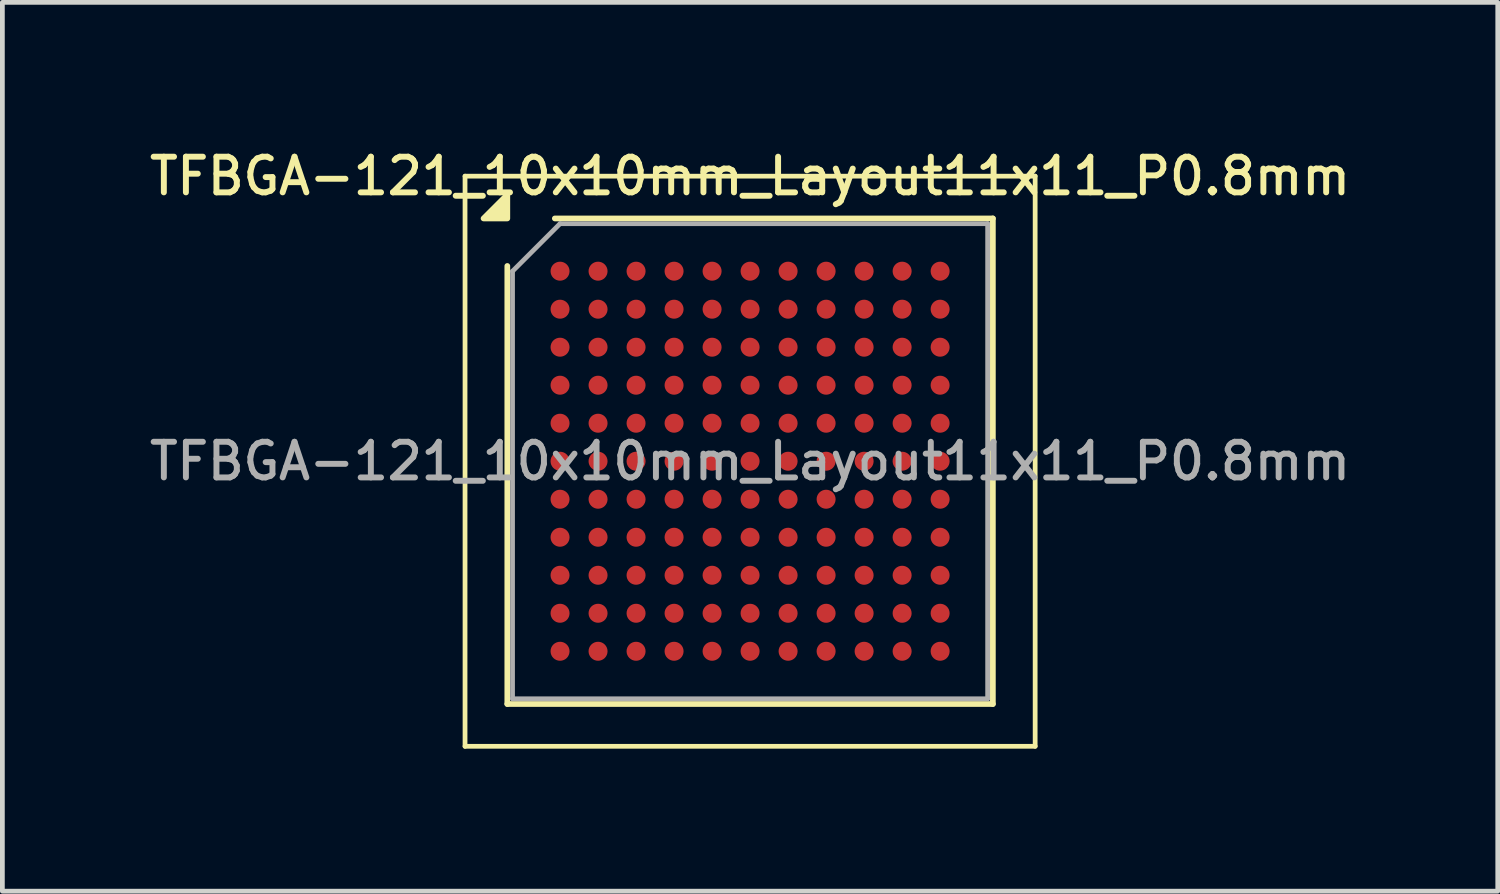
<source format=kicad_pcb>
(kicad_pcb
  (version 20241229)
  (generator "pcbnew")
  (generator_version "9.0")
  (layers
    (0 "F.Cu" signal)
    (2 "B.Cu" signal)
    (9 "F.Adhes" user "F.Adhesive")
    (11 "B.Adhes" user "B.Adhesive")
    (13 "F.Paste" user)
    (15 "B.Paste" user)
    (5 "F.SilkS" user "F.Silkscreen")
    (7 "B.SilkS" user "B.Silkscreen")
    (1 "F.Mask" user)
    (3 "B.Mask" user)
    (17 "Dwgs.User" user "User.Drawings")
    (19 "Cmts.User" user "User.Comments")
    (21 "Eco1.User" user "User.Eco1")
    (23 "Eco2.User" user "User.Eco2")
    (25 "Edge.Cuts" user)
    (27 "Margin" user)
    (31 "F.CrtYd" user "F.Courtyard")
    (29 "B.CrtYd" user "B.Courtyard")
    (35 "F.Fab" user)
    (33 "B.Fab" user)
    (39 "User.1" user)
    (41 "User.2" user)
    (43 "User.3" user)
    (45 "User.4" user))
  (footprint "TFBGA-121_10x10mm_Layout11x11_P0.8mm"
    (layer "F.Cu")
    (at 12.738 6.658)
    (property "Reference" "TFBGA-121_10x10mm_Layout11x11_P0.8mm" (at 0 -6 0) (layer "F.SilkS") (effects (font (size 0.75 0.75) (thickness 0.125))))
    (attr smd)
    (fp_line (start -6 -6) (end -6 6) (stroke (width 0.1) (type solid)) (layer "F.SilkS"))
    (fp_line (start -6 6) (end 6 6) (stroke (width 0.1) (type solid)) (layer "F.SilkS"))
    (fp_line (start -5.11 5.11) (end -5.11 -4.11) (stroke (width 0.12) (type solid)) (layer "F.SilkS"))
    (fp_line (start -4.11 -5.11) (end 5.11 -5.11) (stroke (width 0.12) (type solid)) (layer "F.SilkS"))
    (fp_line (start 5.11 -5.11) (end 5.11 5.11) (stroke (width 0.12) (type solid)) (layer "F.SilkS"))
    (fp_line (start 5.11 5.11) (end -5.11 5.11) (stroke (width 0.12) (type solid)) (layer "F.SilkS"))
    (fp_line (start 6 -6) (end -6 -6) (stroke (width 0.1) (type solid)) (layer "F.SilkS"))
    (fp_line (start 6 6) (end 6 -6) (stroke (width 0.1) (type solid)) (layer "F.SilkS"))
    (fp_poly (pts (xy -5.11 -5.11) (xy -5.61 -5.11) (xy -5.11 -5.61) (xy -5.11 -5.11)) (stroke (width 0.12) (type solid)) (fill yes) (layer "F.SilkS"))
    (fp_line (start -5 -4) (end -4 -5) (stroke (width 0.1) (type solid)) (layer "F.Fab"))
    (fp_line (start -5 5) (end -5 -4) (stroke (width 0.1) (type solid)) (layer "F.Fab"))
    (fp_line (start -4 -5) (end 5 -5) (stroke (width 0.1) (type solid)) (layer "F.Fab"))
    (fp_line (start 5 -5) (end 5 5) (stroke (width 0.1) (type solid)) (layer "F.Fab"))
    (fp_line (start 5 5) (end -5 5) (stroke (width 0.1) (type solid)) (layer "F.Fab"))
    (fp_text user "${REFERENCE}" (at 0 0 0) (layer "F.Fab") (effects (font (size 0.75 0.75) (thickness 0.125))))
    (pad "A1" smd circle (at -4 -4) (size 0.4 0.4) (property pad_prop_bga) (layers "F.Cu" "F.Mask" "F.Paste"))
    (pad "A2" smd circle (at -3.2 -4) (size 0.4 0.4) (property pad_prop_bga) (layers "F.Cu" "F.Mask" "F.Paste"))
    (pad "A3" smd circle (at -2.4 -4) (size 0.4 0.4) (property pad_prop_bga) (layers "F.Cu" "F.Mask" "F.Paste"))
    (pad "A4" smd circle (at -1.6 -4) (size 0.4 0.4) (property pad_prop_bga) (layers "F.Cu" "F.Mask" "F.Paste"))
    (pad "A5" smd circle (at -0.8 -4) (size 0.4 0.4) (property pad_prop_bga) (layers "F.Cu" "F.Mask" "F.Paste"))
    (pad "A6" smd circle (at 0 -4) (size 0.4 0.4) (property pad_prop_bga) (layers "F.Cu" "F.Mask" "F.Paste"))
    (pad "A7" smd circle (at 0.8 -4) (size 0.4 0.4) (property pad_prop_bga) (layers "F.Cu" "F.Mask" "F.Paste"))
    (pad "A8" smd circle (at 1.6 -4) (size 0.4 0.4) (property pad_prop_bga) (layers "F.Cu" "F.Mask" "F.Paste"))
    (pad "A9" smd circle (at 2.4 -4) (size 0.4 0.4) (property pad_prop_bga) (layers "F.Cu" "F.Mask" "F.Paste"))
    (pad "A10" smd circle (at 3.2 -4) (size 0.4 0.4) (property pad_prop_bga) (layers "F.Cu" "F.Mask" "F.Paste"))
    (pad "A11" smd circle (at 4 -4) (size 0.4 0.4) (property pad_prop_bga) (layers "F.Cu" "F.Mask" "F.Paste"))
    (pad "B1" smd circle (at -4 -3.2) (size 0.4 0.4) (property pad_prop_bga) (layers "F.Cu" "F.Mask" "F.Paste"))
    (pad "B2" smd circle (at -3.2 -3.2) (size 0.4 0.4) (property pad_prop_bga) (layers "F.Cu" "F.Mask" "F.Paste"))
    (pad "B3" smd circle (at -2.4 -3.2) (size 0.4 0.4) (property pad_prop_bga) (layers "F.Cu" "F.Mask" "F.Paste"))
    (pad "B4" smd circle (at -1.6 -3.2) (size 0.4 0.4) (property pad_prop_bga) (layers "F.Cu" "F.Mask" "F.Paste"))
    (pad "B5" smd circle (at -0.8 -3.2) (size 0.4 0.4) (property pad_prop_bga) (layers "F.Cu" "F.Mask" "F.Paste"))
    (pad "B6" smd circle (at 0 -3.2) (size 0.4 0.4) (property pad_prop_bga) (layers "F.Cu" "F.Mask" "F.Paste"))
    (pad "B7" smd circle (at 0.8 -3.2) (size 0.4 0.4) (property pad_prop_bga) (layers "F.Cu" "F.Mask" "F.Paste"))
    (pad "B8" smd circle (at 1.6 -3.2) (size 0.4 0.4) (property pad_prop_bga) (layers "F.Cu" "F.Mask" "F.Paste"))
    (pad "B9" smd circle (at 2.4 -3.2) (size 0.4 0.4) (property pad_prop_bga) (layers "F.Cu" "F.Mask" "F.Paste"))
    (pad "B10" smd circle (at 3.2 -3.2) (size 0.4 0.4) (property pad_prop_bga) (layers "F.Cu" "F.Mask" "F.Paste"))
    (pad "B11" smd circle (at 4 -3.2) (size 0.4 0.4) (property pad_prop_bga) (layers "F.Cu" "F.Mask" "F.Paste"))
    (pad "C1" smd circle (at -4 -2.4) (size 0.4 0.4) (property pad_prop_bga) (layers "F.Cu" "F.Mask" "F.Paste"))
    (pad "C2" smd circle (at -3.2 -2.4) (size 0.4 0.4) (property pad_prop_bga) (layers "F.Cu" "F.Mask" "F.Paste"))
    (pad "C3" smd circle (at -2.4 -2.4) (size 0.4 0.4) (property pad_prop_bga) (layers "F.Cu" "F.Mask" "F.Paste"))
    (pad "C4" smd circle (at -1.6 -2.4) (size 0.4 0.4) (property pad_prop_bga) (layers "F.Cu" "F.Mask" "F.Paste"))
    (pad "C5" smd circle (at -0.8 -2.4) (size 0.4 0.4) (property pad_prop_bga) (layers "F.Cu" "F.Mask" "F.Paste"))
    (pad "C6" smd circle (at 0 -2.4) (size 0.4 0.4) (property pad_prop_bga) (layers "F.Cu" "F.Mask" "F.Paste"))
    (pad "C7" smd circle (at 0.8 -2.4) (size 0.4 0.4) (property pad_prop_bga) (layers "F.Cu" "F.Mask" "F.Paste"))
    (pad "C8" smd circle (at 1.6 -2.4) (size 0.4 0.4) (property pad_prop_bga) (layers "F.Cu" "F.Mask" "F.Paste"))
    (pad "C9" smd circle (at 2.4 -2.4) (size 0.4 0.4) (property pad_prop_bga) (layers "F.Cu" "F.Mask" "F.Paste"))
    (pad "C10" smd circle (at 3.2 -2.4) (size 0.4 0.4) (property pad_prop_bga) (layers "F.Cu" "F.Mask" "F.Paste"))
    (pad "C11" smd circle (at 4 -2.4) (size 0.4 0.4) (property pad_prop_bga) (layers "F.Cu" "F.Mask" "F.Paste"))
    (pad "D1" smd circle (at -4 -1.6) (size 0.4 0.4) (property pad_prop_bga) (layers "F.Cu" "F.Mask" "F.Paste"))
    (pad "D2" smd circle (at -3.2 -1.6) (size 0.4 0.4) (property pad_prop_bga) (layers "F.Cu" "F.Mask" "F.Paste"))
    (pad "D3" smd circle (at -2.4 -1.6) (size 0.4 0.4) (property pad_prop_bga) (layers "F.Cu" "F.Mask" "F.Paste"))
    (pad "D4" smd circle (at -1.6 -1.6) (size 0.4 0.4) (property pad_prop_bga) (layers "F.Cu" "F.Mask" "F.Paste"))
    (pad "D5" smd circle (at -0.8 -1.6) (size 0.4 0.4) (property pad_prop_bga) (layers "F.Cu" "F.Mask" "F.Paste"))
    (pad "D6" smd circle (at 0 -1.6) (size 0.4 0.4) (property pad_prop_bga) (layers "F.Cu" "F.Mask" "F.Paste"))
    (pad "D7" smd circle (at 0.8 -1.6) (size 0.4 0.4) (property pad_prop_bga) (layers "F.Cu" "F.Mask" "F.Paste"))
    (pad "D8" smd circle (at 1.6 -1.6) (size 0.4 0.4) (property pad_prop_bga) (layers "F.Cu" "F.Mask" "F.Paste"))
    (pad "D9" smd circle (at 2.4 -1.6) (size 0.4 0.4) (property pad_prop_bga) (layers "F.Cu" "F.Mask" "F.Paste"))
    (pad "D10" smd circle (at 3.2 -1.6) (size 0.4 0.4) (property pad_prop_bga) (layers "F.Cu" "F.Mask" "F.Paste"))
    (pad "D11" smd circle (at 4 -1.6) (size 0.4 0.4) (property pad_prop_bga) (layers "F.Cu" "F.Mask" "F.Paste"))
    (pad "E1" smd circle (at -4 -0.8) (size 0.4 0.4) (property pad_prop_bga) (layers "F.Cu" "F.Mask" "F.Paste"))
    (pad "E2" smd circle (at -3.2 -0.8) (size 0.4 0.4) (property pad_prop_bga) (layers "F.Cu" "F.Mask" "F.Paste"))
    (pad "E3" smd circle (at -2.4 -0.8) (size 0.4 0.4) (property pad_prop_bga) (layers "F.Cu" "F.Mask" "F.Paste"))
    (pad "E4" smd circle (at -1.6 -0.8) (size 0.4 0.4) (property pad_prop_bga) (layers "F.Cu" "F.Mask" "F.Paste"))
    (pad "E5" smd circle (at -0.8 -0.8) (size 0.4 0.4) (property pad_prop_bga) (layers "F.Cu" "F.Mask" "F.Paste"))
    (pad "E6" smd circle (at 0 -0.8) (size 0.4 0.4) (property pad_prop_bga) (layers "F.Cu" "F.Mask" "F.Paste"))
    (pad "E7" smd circle (at 0.8 -0.8) (size 0.4 0.4) (property pad_prop_bga) (layers "F.Cu" "F.Mask" "F.Paste"))
    (pad "E8" smd circle (at 1.6 -0.8) (size 0.4 0.4) (property pad_prop_bga) (layers "F.Cu" "F.Mask" "F.Paste"))
    (pad "E9" smd circle (at 2.4 -0.8) (size 0.4 0.4) (property pad_prop_bga) (layers "F.Cu" "F.Mask" "F.Paste"))
    (pad "E10" smd circle (at 3.2 -0.8) (size 0.4 0.4) (property pad_prop_bga) (layers "F.Cu" "F.Mask" "F.Paste"))
    (pad "E11" smd circle (at 4 -0.8) (size 0.4 0.4) (property pad_prop_bga) (layers "F.Cu" "F.Mask" "F.Paste"))
    (pad "F1" smd circle (at -4 0) (size 0.4 0.4) (property pad_prop_bga) (layers "F.Cu" "F.Mask" "F.Paste"))
    (pad "F2" smd circle (at -3.2 0) (size 0.4 0.4) (property pad_prop_bga) (layers "F.Cu" "F.Mask" "F.Paste"))
    (pad "F3" smd circle (at -2.4 0) (size 0.4 0.4) (property pad_prop_bga) (layers "F.Cu" "F.Mask" "F.Paste"))
    (pad "F4" smd circle (at -1.6 0) (size 0.4 0.4) (property pad_prop_bga) (layers "F.Cu" "F.Mask" "F.Paste"))
    (pad "F5" smd circle (at -0.8 0) (size 0.4 0.4) (property pad_prop_bga) (layers "F.Cu" "F.Mask" "F.Paste"))
    (pad "F6" smd circle (at 0 0) (size 0.4 0.4) (property pad_prop_bga) (layers "F.Cu" "F.Mask" "F.Paste"))
    (pad "F7" smd circle (at 0.8 0) (size 0.4 0.4) (property pad_prop_bga) (layers "F.Cu" "F.Mask" "F.Paste"))
    (pad "F8" smd circle (at 1.6 0) (size 0.4 0.4) (property pad_prop_bga) (layers "F.Cu" "F.Mask" "F.Paste"))
    (pad "F9" smd circle (at 2.4 0) (size 0.4 0.4) (property pad_prop_bga) (layers "F.Cu" "F.Mask" "F.Paste"))
    (pad "F10" smd circle (at 3.2 0) (size 0.4 0.4) (property pad_prop_bga) (layers "F.Cu" "F.Mask" "F.Paste"))
    (pad "F11" smd circle (at 4 0) (size 0.4 0.4) (property pad_prop_bga) (layers "F.Cu" "F.Mask" "F.Paste"))
    (pad "G1" smd circle (at -4 0.8) (size 0.4 0.4) (property pad_prop_bga) (layers "F.Cu" "F.Mask" "F.Paste"))
    (pad "G2" smd circle (at -3.2 0.8) (size 0.4 0.4) (property pad_prop_bga) (layers "F.Cu" "F.Mask" "F.Paste"))
    (pad "G3" smd circle (at -2.4 0.8) (size 0.4 0.4) (property pad_prop_bga) (layers "F.Cu" "F.Mask" "F.Paste"))
    (pad "G4" smd circle (at -1.6 0.8) (size 0.4 0.4) (property pad_prop_bga) (layers "F.Cu" "F.Mask" "F.Paste"))
    (pad "G5" smd circle (at -0.8 0.8) (size 0.4 0.4) (property pad_prop_bga) (layers "F.Cu" "F.Mask" "F.Paste"))
    (pad "G6" smd circle (at 0 0.8) (size 0.4 0.4) (property pad_prop_bga) (layers "F.Cu" "F.Mask" "F.Paste"))
    (pad "G7" smd circle (at 0.8 0.8) (size 0.4 0.4) (property pad_prop_bga) (layers "F.Cu" "F.Mask" "F.Paste"))
    (pad "G8" smd circle (at 1.6 0.8) (size 0.4 0.4) (property pad_prop_bga) (layers "F.Cu" "F.Mask" "F.Paste"))
    (pad "G9" smd circle (at 2.4 0.8) (size 0.4 0.4) (property pad_prop_bga) (layers "F.Cu" "F.Mask" "F.Paste"))
    (pad "G10" smd circle (at 3.2 0.8) (size 0.4 0.4) (property pad_prop_bga) (layers "F.Cu" "F.Mask" "F.Paste"))
    (pad "G11" smd circle (at 4 0.8) (size 0.4 0.4) (property pad_prop_bga) (layers "F.Cu" "F.Mask" "F.Paste"))
    (pad "H1" smd circle (at -4 1.6) (size 0.4 0.4) (property pad_prop_bga) (layers "F.Cu" "F.Mask" "F.Paste"))
    (pad "H2" smd circle (at -3.2 1.6) (size 0.4 0.4) (property pad_prop_bga) (layers "F.Cu" "F.Mask" "F.Paste"))
    (pad "H3" smd circle (at -2.4 1.6) (size 0.4 0.4) (property pad_prop_bga) (layers "F.Cu" "F.Mask" "F.Paste"))
    (pad "H4" smd circle (at -1.6 1.6) (size 0.4 0.4) (property pad_prop_bga) (layers "F.Cu" "F.Mask" "F.Paste"))
    (pad "H5" smd circle (at -0.8 1.6) (size 0.4 0.4) (property pad_prop_bga) (layers "F.Cu" "F.Mask" "F.Paste"))
    (pad "H6" smd circle (at 0 1.6) (size 0.4 0.4) (property pad_prop_bga) (layers "F.Cu" "F.Mask" "F.Paste"))
    (pad "H7" smd circle (at 0.8 1.6) (size 0.4 0.4) (property pad_prop_bga) (layers "F.Cu" "F.Mask" "F.Paste"))
    (pad "H8" smd circle (at 1.6 1.6) (size 0.4 0.4) (property pad_prop_bga) (layers "F.Cu" "F.Mask" "F.Paste"))
    (pad "H9" smd circle (at 2.4 1.6) (size 0.4 0.4) (property pad_prop_bga) (layers "F.Cu" "F.Mask" "F.Paste"))
    (pad "H10" smd circle (at 3.2 1.6) (size 0.4 0.4) (property pad_prop_bga) (layers "F.Cu" "F.Mask" "F.Paste"))
    (pad "H11" smd circle (at 4 1.6) (size 0.4 0.4) (property pad_prop_bga) (layers "F.Cu" "F.Mask" "F.Paste"))
    (pad "J1" smd circle (at -4 2.4) (size 0.4 0.4) (property pad_prop_bga) (layers "F.Cu" "F.Mask" "F.Paste"))
    (pad "J2" smd circle (at -3.2 2.4) (size 0.4 0.4) (property pad_prop_bga) (layers "F.Cu" "F.Mask" "F.Paste"))
    (pad "J3" smd circle (at -2.4 2.4) (size 0.4 0.4) (property pad_prop_bga) (layers "F.Cu" "F.Mask" "F.Paste"))
    (pad "J4" smd circle (at -1.6 2.4) (size 0.4 0.4) (property pad_prop_bga) (layers "F.Cu" "F.Mask" "F.Paste"))
    (pad "J5" smd circle (at -0.8 2.4) (size 0.4 0.4) (property pad_prop_bga) (layers "F.Cu" "F.Mask" "F.Paste"))
    (pad "J6" smd circle (at 0 2.4) (size 0.4 0.4) (property pad_prop_bga) (layers "F.Cu" "F.Mask" "F.Paste"))
    (pad "J7" smd circle (at 0.8 2.4) (size 0.4 0.4) (property pad_prop_bga) (layers "F.Cu" "F.Mask" "F.Paste"))
    (pad "J8" smd circle (at 1.6 2.4) (size 0.4 0.4) (property pad_prop_bga) (layers "F.Cu" "F.Mask" "F.Paste"))
    (pad "J9" smd circle (at 2.4 2.4) (size 0.4 0.4) (property pad_prop_bga) (layers "F.Cu" "F.Mask" "F.Paste"))
    (pad "J10" smd circle (at 3.2 2.4) (size 0.4 0.4) (property pad_prop_bga) (layers "F.Cu" "F.Mask" "F.Paste"))
    (pad "J11" smd circle (at 4 2.4) (size 0.4 0.4) (property pad_prop_bga) (layers "F.Cu" "F.Mask" "F.Paste"))
    (pad "K1" smd circle (at -4 3.2) (size 0.4 0.4) (property pad_prop_bga) (layers "F.Cu" "F.Mask" "F.Paste"))
    (pad "K2" smd circle (at -3.2 3.2) (size 0.4 0.4) (property pad_prop_bga) (layers "F.Cu" "F.Mask" "F.Paste"))
    (pad "K3" smd circle (at -2.4 3.2) (size 0.4 0.4) (property pad_prop_bga) (layers "F.Cu" "F.Mask" "F.Paste"))
    (pad "K4" smd circle (at -1.6 3.2) (size 0.4 0.4) (property pad_prop_bga) (layers "F.Cu" "F.Mask" "F.Paste"))
    (pad "K5" smd circle (at -0.8 3.2) (size 0.4 0.4) (property pad_prop_bga) (layers "F.Cu" "F.Mask" "F.Paste"))
    (pad "K6" smd circle (at 0 3.2) (size 0.4 0.4) (property pad_prop_bga) (layers "F.Cu" "F.Mask" "F.Paste"))
    (pad "K7" smd circle (at 0.8 3.2) (size 0.4 0.4) (property pad_prop_bga) (layers "F.Cu" "F.Mask" "F.Paste"))
    (pad "K8" smd circle (at 1.6 3.2) (size 0.4 0.4) (property pad_prop_bga) (layers "F.Cu" "F.Mask" "F.Paste"))
    (pad "K9" smd circle (at 2.4 3.2) (size 0.4 0.4) (property pad_prop_bga) (layers "F.Cu" "F.Mask" "F.Paste"))
    (pad "K10" smd circle (at 3.2 3.2) (size 0.4 0.4) (property pad_prop_bga) (layers "F.Cu" "F.Mask" "F.Paste"))
    (pad "K11" smd circle (at 4 3.2) (size 0.4 0.4) (property pad_prop_bga) (layers "F.Cu" "F.Mask" "F.Paste"))
    (pad "L1" smd circle (at -4 4) (size 0.4 0.4) (property pad_prop_bga) (layers "F.Cu" "F.Mask" "F.Paste"))
    (pad "L2" smd circle (at -3.2 4) (size 0.4 0.4) (property pad_prop_bga) (layers "F.Cu" "F.Mask" "F.Paste"))
    (pad "L3" smd circle (at -2.4 4) (size 0.4 0.4) (property pad_prop_bga) (layers "F.Cu" "F.Mask" "F.Paste"))
    (pad "L4" smd circle (at -1.6 4) (size 0.4 0.4) (property pad_prop_bga) (layers "F.Cu" "F.Mask" "F.Paste"))
    (pad "L5" smd circle (at -0.8 4) (size 0.4 0.4) (property pad_prop_bga) (layers "F.Cu" "F.Mask" "F.Paste"))
    (pad "L6" smd circle (at 0 4) (size 0.4 0.4) (property pad_prop_bga) (layers "F.Cu" "F.Mask" "F.Paste"))
    (pad "L7" smd circle (at 0.8 4) (size 0.4 0.4) (property pad_prop_bga) (layers "F.Cu" "F.Mask" "F.Paste"))
    (pad "L8" smd circle (at 1.6 4) (size 0.4 0.4) (property pad_prop_bga) (layers "F.Cu" "F.Mask" "F.Paste"))
    (pad "L9" smd circle (at 2.4 4) (size 0.4 0.4) (property pad_prop_bga) (layers "F.Cu" "F.Mask" "F.Paste"))
    (pad "L10" smd circle (at 3.2 4) (size 0.4 0.4) (property pad_prop_bga) (layers "F.Cu" "F.Mask" "F.Paste"))
    (pad "L11" smd circle (at 4 4) (size 0.4 0.4) (property pad_prop_bga) (layers "F.Cu" "F.Mask" "F.Paste")))
  (gr_rect
    (start -3 -3)
    (end 28.475 15.708)
    (stroke (width 0.1) (type default))
    (fill no)
    (layer "Edge.Cuts")))
</source>
